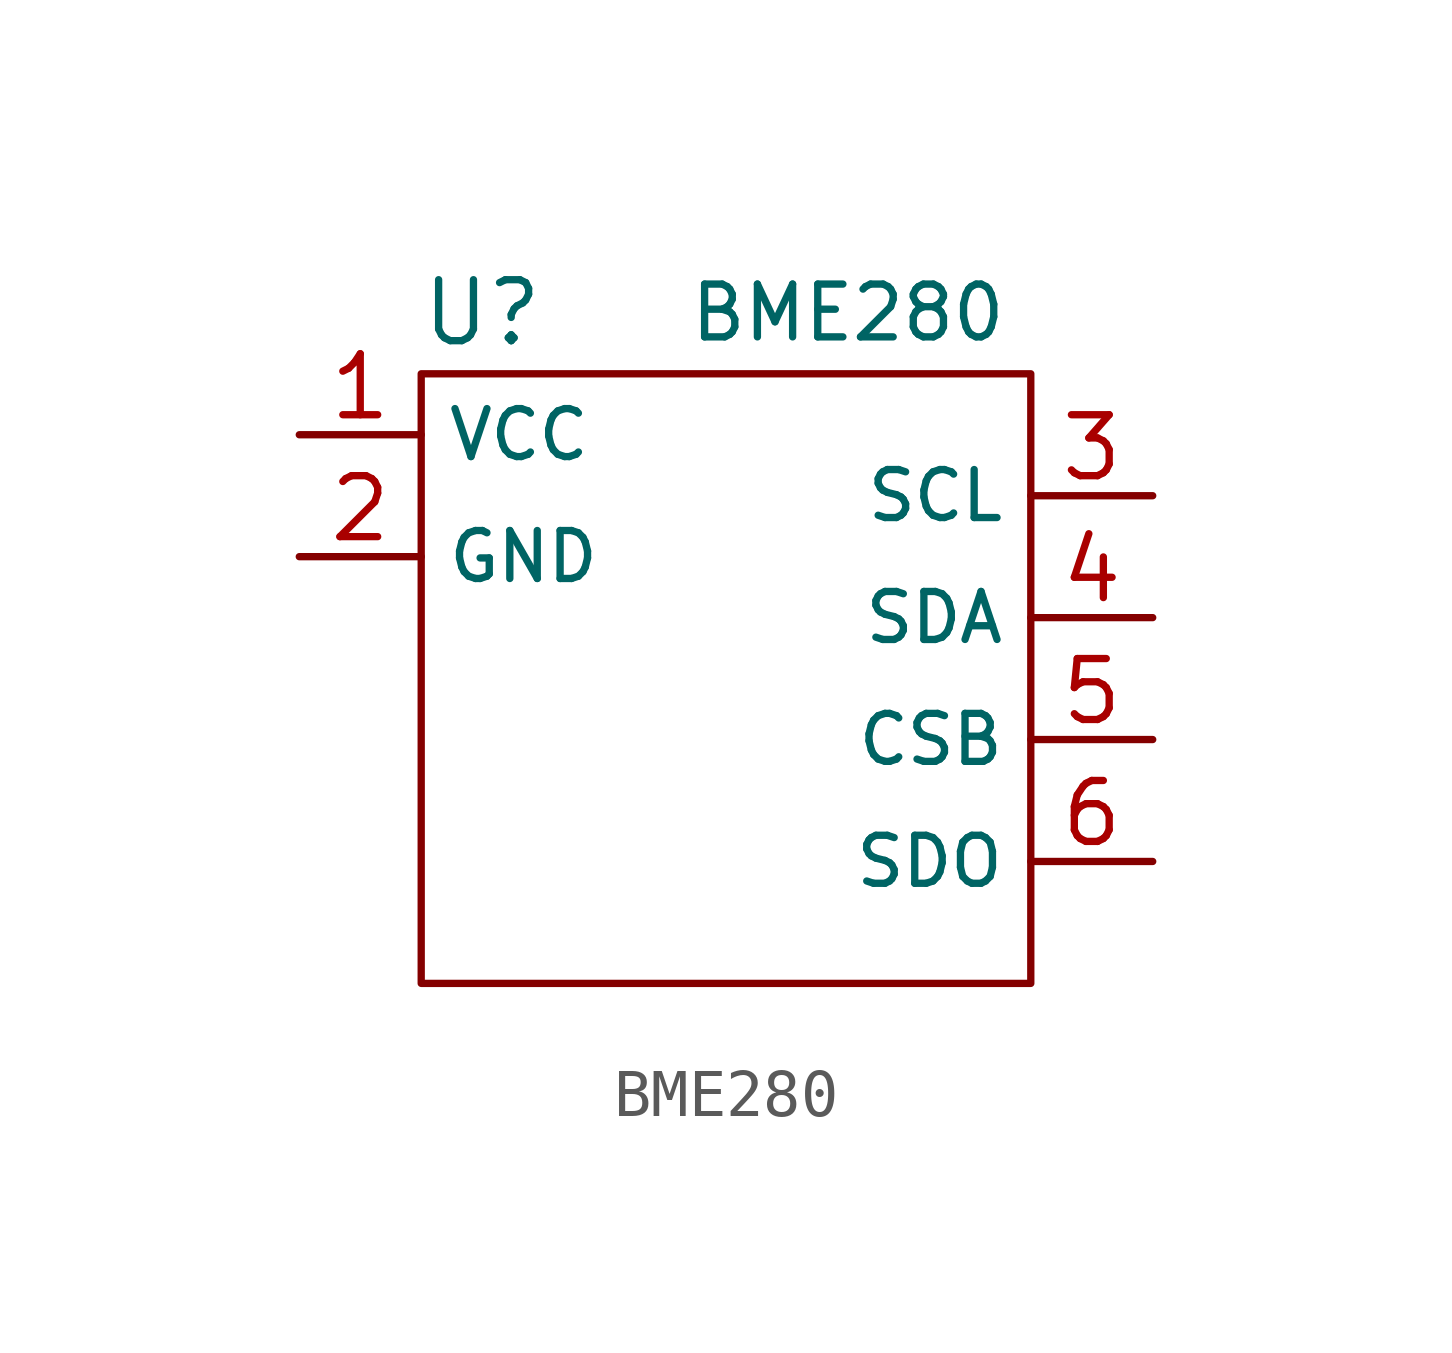
<source format=kicad_sym>
(kicad_symbol_lib
  (version 20211014)
  (generator kicad_symbol_editor)
  (symbol "BME280"
    (property "Reference" "U"
      (at 1.27 13.97 0)
      (effects (font (size 1.27 1.27))))
    (property "Value" "BME280"
      (at 8.89 13.97 0)
      (effects (font (size 1.1 1.1))))
    (symbol "BME280_0_1"
      (rectangle (start 0 12.7) (end 12.7 0) (stroke (width 0) (type default) (color 0 0 0 0)) (fill (type none))))
    (symbol "BME280_1_1"
      (pin power_in line (at -2.54 11.43 0) (length 2.54) (name "VCC" (effects (font (size 1 1)))) (number "1" (effects (font (size 1.27 1.27)))))
      (pin power_in line (at -2.54 8.89 0) (length 2.54) (name "GND" (effects (font (size 1 1)))) (number "2" (effects (font (size 1.27 1.27)))))
      (pin bidirectional line (at 15.24 10.16 180) (length 2.54) (name "SCL" (effects (font (size 1 1)))) (number "3" (effects (font (size 1.27 1.27)))))
      (pin bidirectional line (at 15.24 7.62 180) (length 2.54) (name "SDA" (effects (font (size 1 1)))) (number "4" (effects (font (size 1.27 1.27)))))
      (pin bidirectional line (at 15.24 5.08 180) (length 2.54) (name "CSB" (effects (font (size 1 1)))) (number "5" (effects (font (size 1.27 1.27)))))
      (pin bidirectional line (at 15.24 2.54 180) (length 2.54) (name "SDO" (effects (font (size 1 1)))) (number "6" (effects (font (size 1.27 1.27))))))))
</source>
